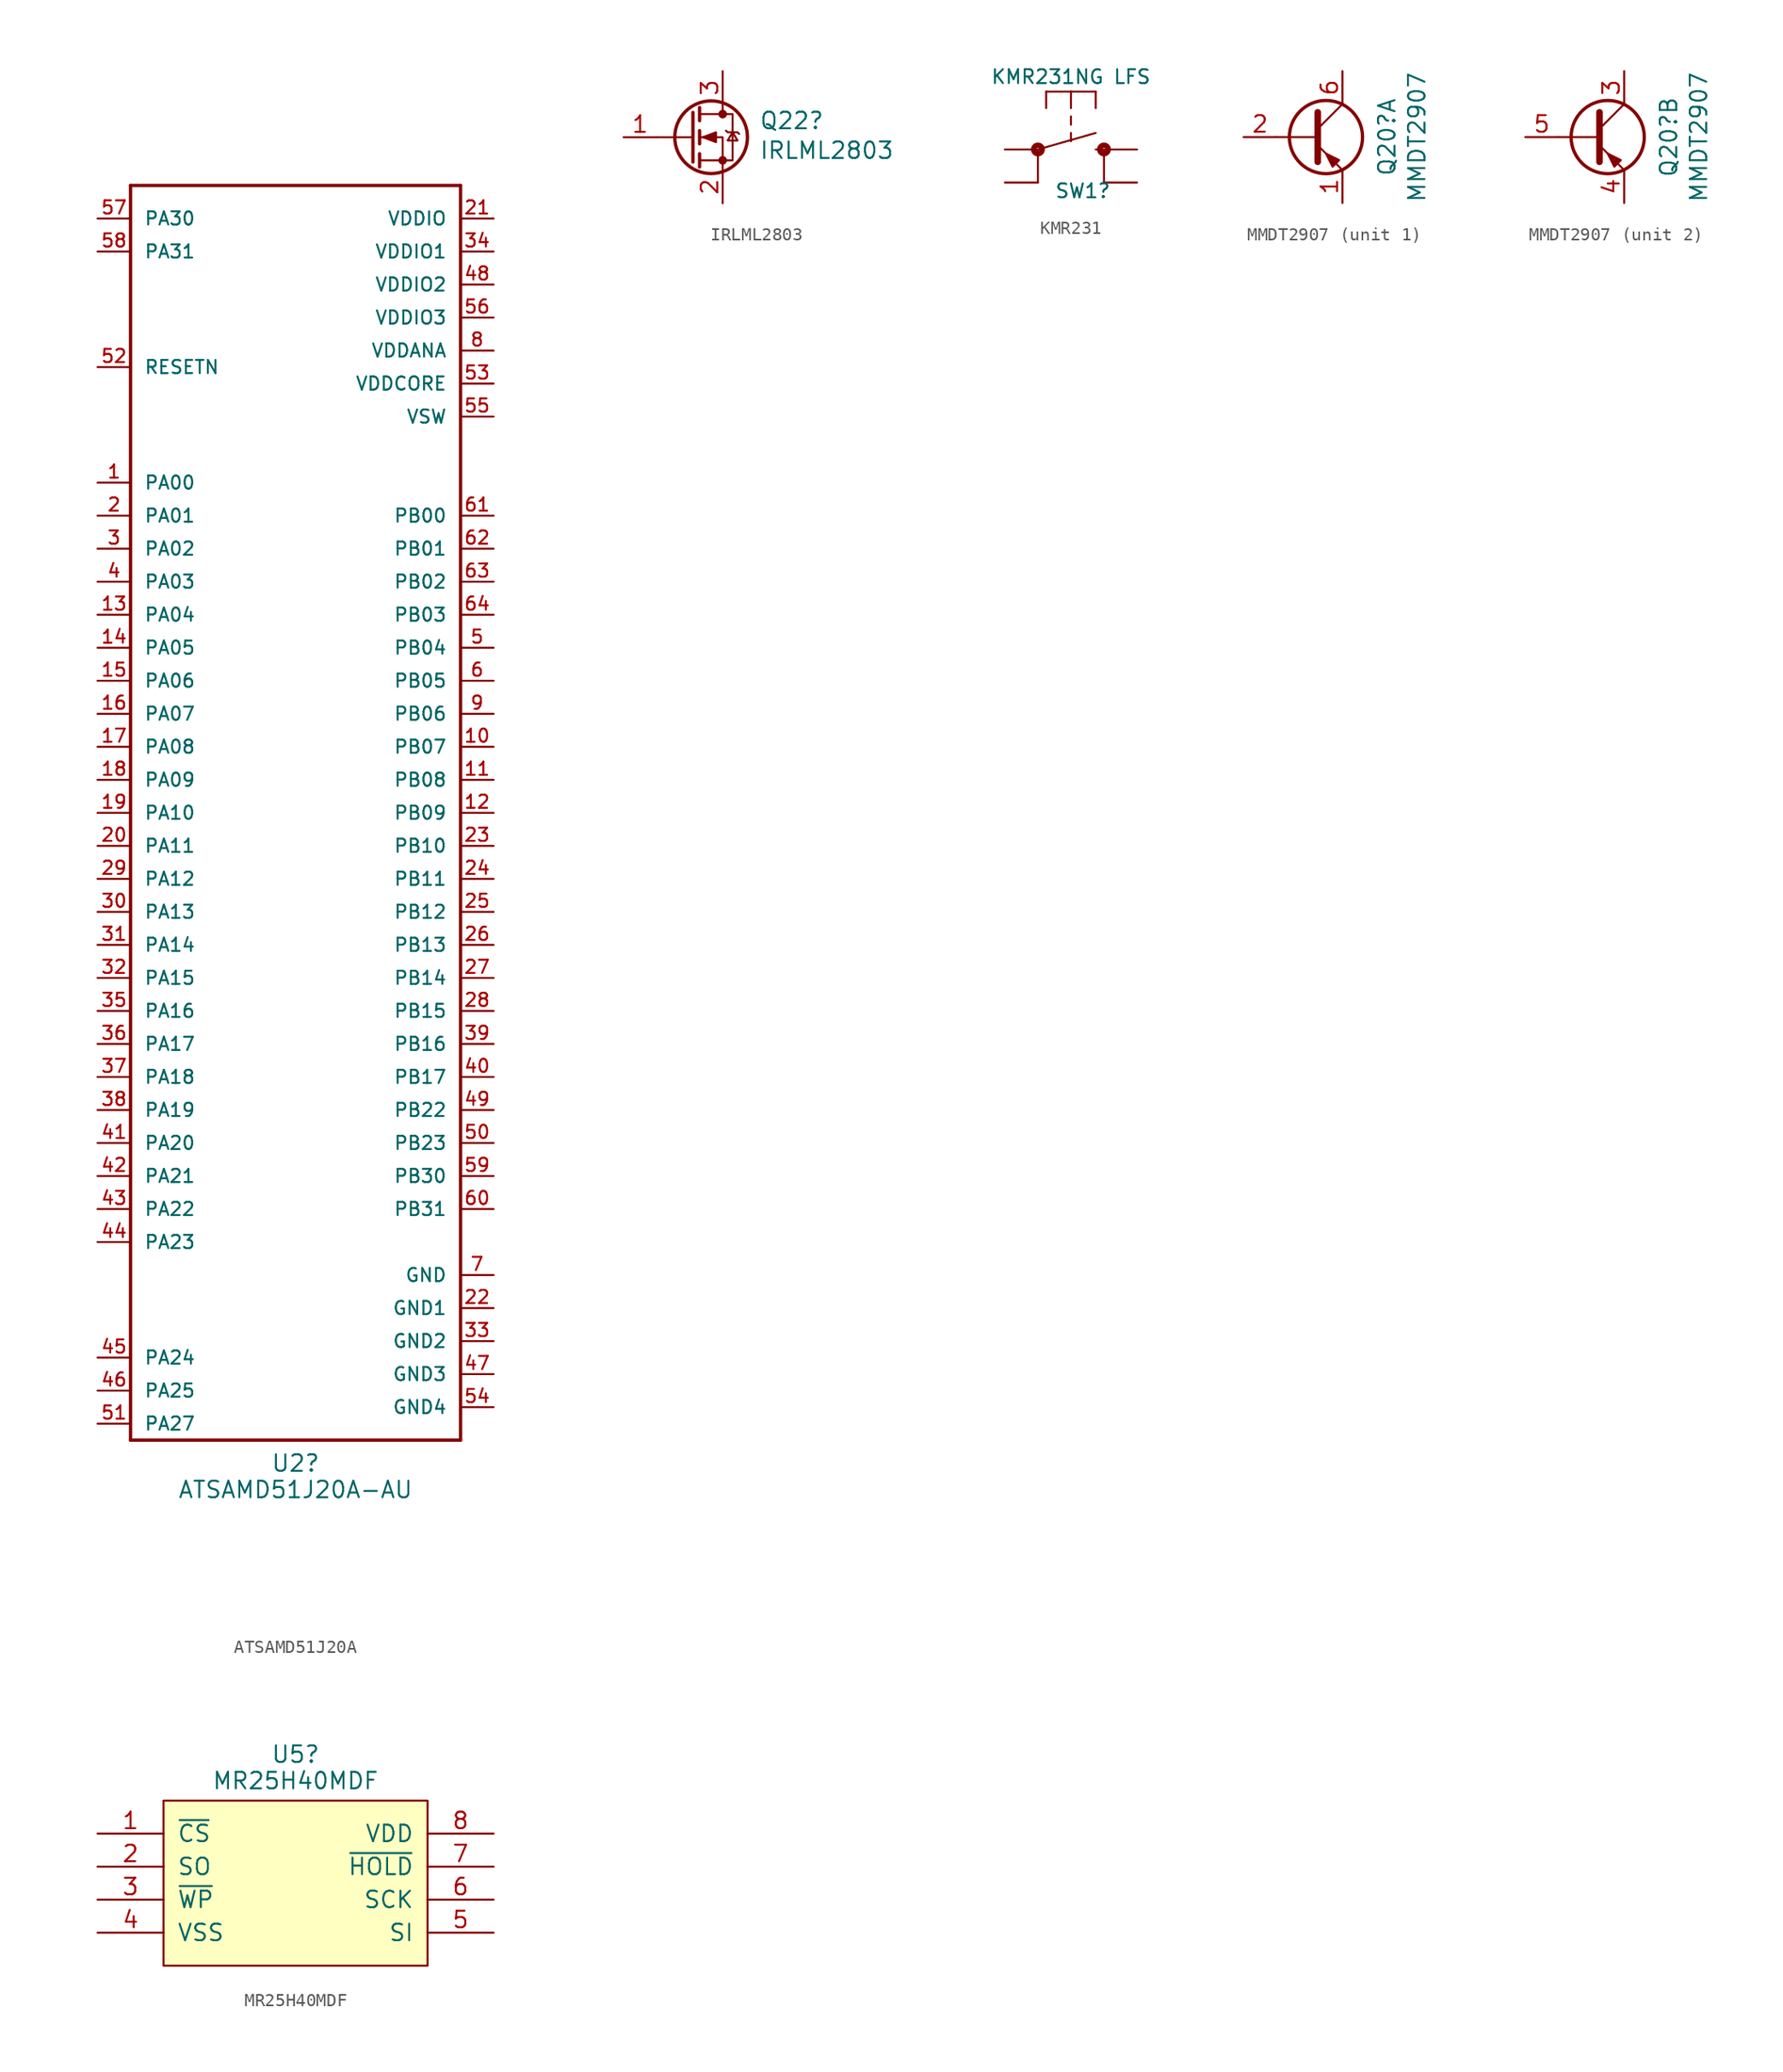
<source format=kicad_sym>
(kicad_symbol_lib
  (version 20231120)
  (generator "kicad_symbol_editor")
  (generator_version "8.0")
  (symbol "ATSAMD51J20A"
    (pin_names
      (offset 1.016))
    (property "Reference" "U2"
      (at 0 -50.038 0)
      (effects (font (size 1.27 1.27))))
    (property "Value" "ATSAMD51J20A-AU"
      (at 0 -52.07 0)
      (effects (font (size 1.27 1.27))))
    (property "ki_locked" ""
      (at 0 0 0)
      (effects (font (size 1.27 1.27))))
    (symbol "ATSAMD51J20A_0_0"
      (polyline (pts (xy -12.7 -48.26) (xy 12.7 -48.26)) (stroke (width 0.254) (type solid)) (fill (type none)))
      (polyline (pts (xy -12.7 48.26) (xy -12.7 -48.26)) (stroke (width 0.254) (type solid)) (fill (type none)))
      (polyline (pts (xy 12.7 -48.26) (xy 12.7 48.26)) (stroke (width 0.254) (type solid)) (fill (type none)))
      (polyline (pts (xy 12.7 48.26) (xy -12.7 48.26)) (stroke (width 0.254) (type solid)) (fill (type none)))
      (pin bidirectional line (at -15.24 25.4 0) (length 2.54) (name "PA00" (effects (font (size 1.016 1.016)))) (number "1" (effects (font (size 1.016 1.016)))))
      (pin bidirectional line (at 15.24 5.08 180) (length 2.54) (name "PB07" (effects (font (size 1.016 1.016)))) (number "10" (effects (font (size 1.016 1.016)))))
      (pin bidirectional line (at 15.24 2.54 180) (length 2.54) (name "PB08" (effects (font (size 1.016 1.016)))) (number "11" (effects (font (size 1.016 1.016)))))
      (pin bidirectional line (at 15.24 0 180) (length 2.54) (name "PB09" (effects (font (size 1.016 1.016)))) (number "12" (effects (font (size 1.016 1.016)))))
      (pin bidirectional line (at -15.24 15.24 0) (length 2.54) (name "PA04" (effects (font (size 1.016 1.016)))) (number "13" (effects (font (size 1.016 1.016)))))
      (pin bidirectional line (at -15.24 12.7 0) (length 2.54) (name "PA05" (effects (font (size 1.016 1.016)))) (number "14" (effects (font (size 1.016 1.016)))))
      (pin bidirectional line (at -15.24 10.16 0) (length 2.54) (name "PA06" (effects (font (size 1.016 1.016)))) (number "15" (effects (font (size 1.016 1.016)))))
      (pin bidirectional line (at -15.24 7.62 0) (length 2.54) (name "PA07" (effects (font (size 1.016 1.016)))) (number "16" (effects (font (size 1.016 1.016)))))
      (pin bidirectional line (at -15.24 5.08 0) (length 2.54) (name "PA08" (effects (font (size 1.016 1.016)))) (number "17" (effects (font (size 1.016 1.016)))))
      (pin bidirectional line (at -15.24 2.54 0) (length 2.54) (name "PA09" (effects (font (size 1.016 1.016)))) (number "18" (effects (font (size 1.016 1.016)))))
      (pin bidirectional line (at -15.24 0 0) (length 2.54) (name "PA10" (effects (font (size 1.016 1.016)))) (number "19" (effects (font (size 1.016 1.016)))))
      (pin bidirectional line (at -15.24 22.86 0) (length 2.54) (name "PA01" (effects (font (size 1.016 1.016)))) (number "2" (effects (font (size 1.016 1.016)))))
      (pin bidirectional line (at -15.24 -2.54 0) (length 2.54) (name "PA11" (effects (font (size 1.016 1.016)))) (number "20" (effects (font (size 1.016 1.016)))))
      (pin power_in line (at 15.24 45.72 180) (length 2.54) (name "VDDIO" (effects (font (size 1.016 1.016)))) (number "21" (effects (font (size 1.016 1.016)))))
      (pin power_in line (at 15.24 -38.1 180) (length 2.54) (name "GND1" (effects (font (size 1.016 1.016)))) (number "22" (effects (font (size 1.016 1.016)))))
      (pin bidirectional line (at 15.24 -2.54 180) (length 2.54) (name "PB10" (effects (font (size 1.016 1.016)))) (number "23" (effects (font (size 1.016 1.016)))))
      (pin bidirectional line (at 15.24 -5.08 180) (length 2.54) (name "PB11" (effects (font (size 1.016 1.016)))) (number "24" (effects (font (size 1.016 1.016)))))
      (pin bidirectional line (at 15.24 -7.62 180) (length 2.54) (name "PB12" (effects (font (size 1.016 1.016)))) (number "25" (effects (font (size 1.016 1.016)))))
      (pin bidirectional line (at 15.24 -10.16 180) (length 2.54) (name "PB13" (effects (font (size 1.016 1.016)))) (number "26" (effects (font (size 1.016 1.016)))))
      (pin bidirectional line (at 15.24 -12.7 180) (length 2.54) (name "PB14" (effects (font (size 1.016 1.016)))) (number "27" (effects (font (size 1.016 1.016)))))
      (pin bidirectional line (at 15.24 -15.24 180) (length 2.54) (name "PB15" (effects (font (size 1.016 1.016)))) (number "28" (effects (font (size 1.016 1.016)))))
      (pin bidirectional line (at -15.24 -5.08 0) (length 2.54) (name "PA12" (effects (font (size 1.016 1.016)))) (number "29" (effects (font (size 1.016 1.016)))))
      (pin bidirectional line (at -15.24 20.32 0) (length 2.54) (name "PA02" (effects (font (size 1.016 1.016)))) (number "3" (effects (font (size 1.016 1.016)))))
      (pin bidirectional line (at -15.24 -7.62 0) (length 2.54) (name "PA13" (effects (font (size 1.016 1.016)))) (number "30" (effects (font (size 1.016 1.016)))))
      (pin bidirectional line (at -15.24 -10.16 0) (length 2.54) (name "PA14" (effects (font (size 1.016 1.016)))) (number "31" (effects (font (size 1.016 1.016)))))
      (pin bidirectional line (at -15.24 -12.7 0) (length 2.54) (name "PA15" (effects (font (size 1.016 1.016)))) (number "32" (effects (font (size 1.016 1.016)))))
      (pin power_in line (at 15.24 -40.64 180) (length 2.54) (name "GND2" (effects (font (size 1.016 1.016)))) (number "33" (effects (font (size 1.016 1.016)))))
      (pin power_in line (at 15.24 43.18 180) (length 2.54) (name "VDDIO1" (effects (font (size 1.016 1.016)))) (number "34" (effects (font (size 1.016 1.016)))))
      (pin bidirectional line (at -15.24 -15.24 0) (length 2.54) (name "PA16" (effects (font (size 1.016 1.016)))) (number "35" (effects (font (size 1.016 1.016)))))
      (pin bidirectional line (at -15.24 -17.78 0) (length 2.54) (name "PA17" (effects (font (size 1.016 1.016)))) (number "36" (effects (font (size 1.016 1.016)))))
      (pin bidirectional line (at -15.24 -20.32 0) (length 2.54) (name "PA18" (effects (font (size 1.016 1.016)))) (number "37" (effects (font (size 1.016 1.016)))))
      (pin bidirectional line (at -15.24 -22.86 0) (length 2.54) (name "PA19" (effects (font (size 1.016 1.016)))) (number "38" (effects (font (size 1.016 1.016)))))
      (pin bidirectional line (at 15.24 -17.78 180) (length 2.54) (name "PB16" (effects (font (size 1.016 1.016)))) (number "39" (effects (font (size 1.016 1.016)))))
      (pin bidirectional line (at -15.24 17.78 0) (length 2.54) (name "PA03" (effects (font (size 1.016 1.016)))) (number "4" (effects (font (size 1.016 1.016)))))
      (pin bidirectional line (at 15.24 -20.32 180) (length 2.54) (name "PB17" (effects (font (size 1.016 1.016)))) (number "40" (effects (font (size 1.016 1.016)))))
      (pin bidirectional line (at -15.24 -25.4 0) (length 2.54) (name "PA20" (effects (font (size 1.016 1.016)))) (number "41" (effects (font (size 1.016 1.016)))))
      (pin bidirectional line (at -15.24 -27.94 0) (length 2.54) (name "PA21" (effects (font (size 1.016 1.016)))) (number "42" (effects (font (size 1.016 1.016)))))
      (pin bidirectional line (at -15.24 -30.48 0) (length 2.54) (name "PA22" (effects (font (size 1.016 1.016)))) (number "43" (effects (font (size 1.016 1.016)))))
      (pin bidirectional line (at -15.24 -33.02 0) (length 2.54) (name "PA23" (effects (font (size 1.016 1.016)))) (number "44" (effects (font (size 1.016 1.016)))))
      (pin bidirectional line (at -15.24 -41.91 0) (length 2.54) (name "PA24" (effects (font (size 1.016 1.016)))) (number "45" (effects (font (size 1.016 1.016)))))
      (pin bidirectional line (at -15.24 -44.45 0) (length 2.54) (name "PA25" (effects (font (size 1.016 1.016)))) (number "46" (effects (font (size 1.016 1.016)))))
      (pin power_in line (at 15.24 -43.18 180) (length 2.54) (name "GND3" (effects (font (size 1.016 1.016)))) (number "47" (effects (font (size 1.016 1.016)))))
      (pin power_in line (at 15.24 40.64 180) (length 2.54) (name "VDDIO2" (effects (font (size 1.016 1.016)))) (number "48" (effects (font (size 1.016 1.016)))))
      (pin bidirectional line (at 15.24 -22.86 180) (length 2.54) (name "PB22" (effects (font (size 1.016 1.016)))) (number "49" (effects (font (size 1.016 1.016)))))
      (pin bidirectional line (at 15.24 12.7 180) (length 2.54) (name "PB04" (effects (font (size 1.016 1.016)))) (number "5" (effects (font (size 1.016 1.016)))))
      (pin bidirectional line (at 15.24 -25.4 180) (length 2.54) (name "PB23" (effects (font (size 1.016 1.016)))) (number "50" (effects (font (size 1.016 1.016)))))
      (pin bidirectional line (at -15.24 -46.99 0) (length 2.54) (name "PA27" (effects (font (size 1.016 1.016)))) (number "51" (effects (font (size 1.016 1.016)))))
      (pin input line (at -15.24 34.29 0) (length 2.54) (name "RESETN" (effects (font (size 1.016 1.016)))) (number "52" (effects (font (size 1.016 1.016)))))
      (pin power_in line (at 15.24 33.02 180) (length 2.54) (name "VDDCORE" (effects (font (size 1.016 1.016)))) (number "53" (effects (font (size 1.016 1.016)))))
      (pin power_in line (at 15.24 -45.72 180) (length 2.54) (name "GND4" (effects (font (size 1.016 1.016)))) (number "54" (effects (font (size 1.016 1.016)))))
      (pin power_in line (at 15.24 30.48 180) (length 2.54) (name "VSW" (effects (font (size 1.016 1.016)))) (number "55" (effects (font (size 1.016 1.016)))))
      (pin power_in line (at 15.24 38.1 180) (length 2.54) (name "VDDIO3" (effects (font (size 1.016 1.016)))) (number "56" (effects (font (size 1.016 1.016)))))
      (pin bidirectional line (at -15.24 45.72 0) (length 2.54) (name "PA30" (effects (font (size 1.016 1.016)))) (number "57" (effects (font (size 1.016 1.016)))))
      (pin bidirectional line (at -15.24 43.18 0) (length 2.54) (name "PA31" (effects (font (size 1.016 1.016)))) (number "58" (effects (font (size 1.016 1.016)))))
      (pin bidirectional line (at 15.24 -27.94 180) (length 2.54) (name "PB30" (effects (font (size 1.016 1.016)))) (number "59" (effects (font (size 1.016 1.016)))))
      (pin bidirectional line (at 15.24 10.16 180) (length 2.54) (name "PB05" (effects (font (size 1.016 1.016)))) (number "6" (effects (font (size 1.016 1.016)))))
      (pin bidirectional line (at 15.24 -30.48 180) (length 2.54) (name "PB31" (effects (font (size 1.016 1.016)))) (number "60" (effects (font (size 1.016 1.016)))))
      (pin bidirectional line (at 15.24 22.86 180) (length 2.54) (name "PB00" (effects (font (size 1.016 1.016)))) (number "61" (effects (font (size 1.016 1.016)))))
      (pin bidirectional line (at 15.24 20.32 180) (length 2.54) (name "PB01" (effects (font (size 1.016 1.016)))) (number "62" (effects (font (size 1.016 1.016)))))
      (pin bidirectional line (at 15.24 17.78 180) (length 2.54) (name "PB02" (effects (font (size 1.016 1.016)))) (number "63" (effects (font (size 1.016 1.016)))))
      (pin bidirectional line (at 15.24 15.24 180) (length 2.54) (name "PB03" (effects (font (size 1.016 1.016)))) (number "64" (effects (font (size 1.016 1.016)))))
      (pin power_in line (at 15.24 -35.56 180) (length 2.54) (name "GND" (effects (font (size 1.016 1.016)))) (number "7" (effects (font (size 1.016 1.016)))))
      (pin power_in line (at 15.24 35.56 180) (length 2.54) (name "VDDANA" (effects (font (size 1.016 1.016)))) (number "8" (effects (font (size 1.016 1.016)))))
      (pin bidirectional line (at 15.24 7.62 180) (length 2.54) (name "PB06" (effects (font (size 1.016 1.016)))) (number "9" (effects (font (size 1.016 1.016)))))))
  (symbol "IRLML2803"
    (pin_names hide)
    (property "Reference" "Q22"
      (at 2.794 1.27 0)
      (effects (font (size 1.27 1.27)) (justify left)))
    (property "Value" "IRLML2803"
      (at 2.794 -1.016 0)
      (effects (font (size 1.27 1.27)) (justify left)))
    (symbol "IRLML2803_0_1"
      (circle (center -0.889 0) (radius 2.794) (stroke (width 0.254) (type default)) (fill (type none)))
      (circle (center 0 -1.778) (radius 0.254) (stroke (width 0) (type default)) (fill (type outline)))
      (polyline (pts (xy -2.286 0) (xy -5.08 0)) (stroke (width 0) (type default)) (fill (type none)))
      (polyline (pts (xy -2.286 1.905) (xy -2.286 -1.905)) (stroke (width 0.254) (type default)) (fill (type none)))
      (polyline (pts (xy -1.778 -1.27) (xy -1.778 -2.286)) (stroke (width 0.254) (type default)) (fill (type none)))
      (polyline (pts (xy -1.778 0.508) (xy -1.778 -0.508)) (stroke (width 0.254) (type default)) (fill (type none)))
      (polyline (pts (xy -1.778 2.286) (xy -1.778 1.27)) (stroke (width 0.254) (type default)) (fill (type none)))
      (polyline (pts (xy 0 2.54) (xy 0 1.778)) (stroke (width 0) (type default)) (fill (type none)))
      (polyline (pts (xy 0 -2.54) (xy 0 0) (xy -1.778 0)) (stroke (width 0) (type default)) (fill (type none)))
      (polyline (pts (xy -1.778 -1.778) (xy 0.762 -1.778) (xy 0.762 1.778) (xy -1.778 1.778)) (stroke (width 0) (type default)) (fill (type none)))
      (polyline (pts (xy -1.524 0) (xy -0.508 0.381) (xy -0.508 -0.381) (xy -1.524 0)) (stroke (width 0) (type default)) (fill (type outline)))
      (polyline (pts (xy 0.254 0.508) (xy 0.381 0.381) (xy 1.143 0.381) (xy 1.27 0.254)) (stroke (width 0) (type default)) (fill (type none)))
      (polyline (pts (xy 0.762 0.381) (xy 0.381 -0.254) (xy 1.143 -0.254) (xy 0.762 0.381)) (stroke (width 0) (type default)) (fill (type none)))
      (circle (center 0 1.778) (radius 0.254) (stroke (width 0) (type default)) (fill (type outline))))
    (symbol "IRLML2803_1_1"
      (pin input line (at -7.62 0 0) (length 2.54) (name "G" (effects (font (size 1.27 1.27)))) (number "1" (effects (font (size 1.27 1.27)))))
      (pin passive line (at 0 -5.08 90) (length 2.54) (name "S" (effects (font (size 1.27 1.27)))) (number "2" (effects (font (size 1.27 1.27)))))
      (pin passive line (at 0 5.08 270) (length 2.54) (name "D" (effects (font (size 1.27 1.27)))) (number "3" (effects (font (size 1.27 1.27)))))))
  (symbol "KMR231"
    (pin_names
      (offset 1.016))
    (property "Reference" "SW1"
      (at -1.27 -3.81 0)
      (effects (font (size 1.067 1.067)) (justify left bottom)))
    (property "Value" "KMR231NG LFS"
      (at 0 5.588 0)
      (effects (font (size 1.067 1.067))))
    (property "ki_locked" ""
      (at 0 0 0)
      (effects (font (size 1.27 1.27))))
    (symbol "KMR231_1_0"
      (circle (center -2.54 0) (radius 0.127) (stroke (width 0.406) (type solid)) (fill (type none)))
      (polyline (pts (xy -2.54 -2.54) (xy -2.54 0)) (stroke (width 0) (type solid)) (fill (type none)))
      (polyline (pts (xy -2.54 0) (xy 1.905 1.27)) (stroke (width 0) (type solid)) (fill (type none)))
      (polyline (pts (xy -1.905 4.445) (xy -1.905 3.175)) (stroke (width 0) (type solid)) (fill (type none)))
      (polyline (pts (xy 0 1.27) (xy 0 0.635)) (stroke (width 0) (type solid)) (fill (type none)))
      (polyline (pts (xy 0 2.54) (xy 0 1.905)) (stroke (width 0) (type solid)) (fill (type none)))
      (polyline (pts (xy 0 4.445) (xy -1.905 4.445)) (stroke (width 0) (type solid)) (fill (type none)))
      (polyline (pts (xy 0 4.445) (xy 0 3.175)) (stroke (width 0) (type solid)) (fill (type none)))
      (polyline (pts (xy 1.905 0) (xy 2.54 0)) (stroke (width 0) (type solid)) (fill (type none)))
      (polyline (pts (xy 1.905 4.445) (xy 0 4.445)) (stroke (width 0) (type solid)) (fill (type none)))
      (polyline (pts (xy 1.905 4.445) (xy 1.905 3.175)) (stroke (width 0) (type solid)) (fill (type none)))
      (polyline (pts (xy 2.54 -2.54) (xy 2.54 0)) (stroke (width 0) (type solid)) (fill (type none)))
      (circle (center 2.54 0) (radius 0.127) (stroke (width 0.406) (type solid)) (fill (type none)))
      (pin passive line (at -5.08 0 0) (length 2.54) (name "P" (effects (font (size 0 0)))) (number "1" (effects (font (size 0 0)))))
      (pin passive line (at -5.08 -2.54 0) (length 2.54) (name "P1" (effects (font (size 0 0)))) (number "1" (effects (font (size 0 0)))))
      (pin passive line (at 5.08 0 180) (length 2.54) (name "S" (effects (font (size 0 0)))) (number "2" (effects (font (size 0 0)))))
      (pin passive line (at 5.08 -2.54 180) (length 2.54) (name "S1" (effects (font (size 0 0)))) (number "2" (effects (font (size 0 0)))))))
  (symbol "MMDT2907"
    (pin_names
      (offset 0) hide)
    (property "Reference" "Q20"
      (at 5.969 0 90)
      (effects (font (size 1.27 1.27))))
    (property "Value" "MMDT2907"
      (at 8.28 0 90)
      (effects (font (size 1.27 1.27))))
    (property "ki_locked" ""
      (at 0 0 0)
      (effects (font (size 1.27 1.27))))
    (symbol "MMDT2907_0_1"
      (polyline (pts (xy 0.635 0) (xy -2.54 0)) (stroke (width 0) (type solid)) (fill (type none)))
      (polyline (pts (xy 0.635 0.635) (xy 2.54 2.54)) (stroke (width 0) (type solid)) (fill (type none)))
      (polyline (pts (xy 0.635 -0.635) (xy 2.54 -2.54) (xy 2.54 -2.54)) (stroke (width 0) (type solid)) (fill (type none)))
      (polyline (pts (xy 0.635 1.905) (xy 0.635 -1.905) (xy 0.635 -1.905)) (stroke (width 0.508) (type solid)) (fill (type none)))
      (polyline (pts (xy 2.286 -1.778) (xy 1.778 -2.286) (xy 1.27 -1.27) (xy 2.286 -1.778) (xy 2.286 -1.778)) (stroke (width 0) (type solid)) (fill (type outline)))
      (circle (center 1.27 0) (radius 2.819) (stroke (width 0.254) (type solid)) (fill (type none))))
    (symbol "MMDT2907_1_1"
      (pin passive line (at 2.54 -5.08 90) (length 2.54) (name "E1" (effects (font (size 1.27 1.27)))) (number "1" (effects (font (size 1.27 1.27)))))
      (pin input line (at -5.08 0 0) (length 2.54) (name "B1" (effects (font (size 1.27 1.27)))) (number "2" (effects (font (size 1.27 1.27)))))
      (pin passive line (at 2.54 5.08 270) (length 2.54) (name "C1" (effects (font (size 1.27 1.27)))) (number "6" (effects (font (size 1.27 1.27))))))
    (symbol "MMDT2907_2_1"
      (pin passive line (at 2.54 5.08 270) (length 2.54) (name "C2" (effects (font (size 1.27 1.27)))) (number "3" (effects (font (size 1.27 1.27)))))
      (pin passive line (at 2.54 -5.08 90) (length 2.54) (name "E2" (effects (font (size 1.27 1.27)))) (number "4" (effects (font (size 1.27 1.27)))))
      (pin input line (at -5.08 0 0) (length 2.54) (name "B2" (effects (font (size 1.27 1.27)))) (number "5" (effects (font (size 1.27 1.27)))))))
  (symbol "MR25H40MDF"
    (pin_names
      (offset 1.016))
    (property "Reference" "U5"
      (at 0 9.906 0)
      (effects (font (size 1.27 1.27))))
    (property "Value" "MR25H40MDF"
      (at 0 7.874 0)
      (effects (font (size 1.27 1.27))))
    (symbol "MR25H40MDF_1_0"
      (pin bidirectional line (at -15.24 3.81 0) (length 5.08) (name "~{CS}" (effects (font (size 1.27 1.27)))) (number "1" (effects (font (size 1.27 1.27)))))
      (pin bidirectional line (at -15.24 1.27 0) (length 5.08) (name "SO" (effects (font (size 1.27 1.27)))) (number "2" (effects (font (size 1.27 1.27)))))
      (pin bidirectional line (at -15.24 -1.27 0) (length 5.08) (name "~{WP}" (effects (font (size 1.27 1.27)))) (number "3" (effects (font (size 1.27 1.27)))))
      (pin bidirectional line (at -15.24 -3.81 0) (length 5.08) (name "VSS" (effects (font (size 1.27 1.27)))) (number "4" (effects (font (size 1.27 1.27)))))
      (pin bidirectional line (at 15.24 -3.81 180) (length 5.08) (name "SI" (effects (font (size 1.27 1.27)))) (number "5" (effects (font (size 1.27 1.27)))))
      (pin bidirectional line (at 15.24 -1.27 180) (length 5.08) (name "SCK" (effects (font (size 1.27 1.27)))) (number "6" (effects (font (size 1.27 1.27)))))
      (pin bidirectional line (at 15.24 1.27 180) (length 5.08) (name "~{HOLD}" (effects (font (size 1.27 1.27)))) (number "7" (effects (font (size 1.27 1.27)))))
      (pin bidirectional line (at 15.24 3.81 180) (length 5.08) (name "VDD" (effects (font (size 1.27 1.27)))) (number "8" (effects (font (size 1.27 1.27)))))
      (pin bidirectional line (at -15.24 -3.81 0) (length 5.08) hide (name "EP" (effects (font (size 1.27 1.27)))) (number "9" (effects (font (size 1.27 1.27))))))
    (symbol "MR25H40MDF_1_1"
      (rectangle (start -10.16 6.35) (end 10.16 -6.35) (stroke (width 0) (type default)) (fill (type background))))))
</source>
